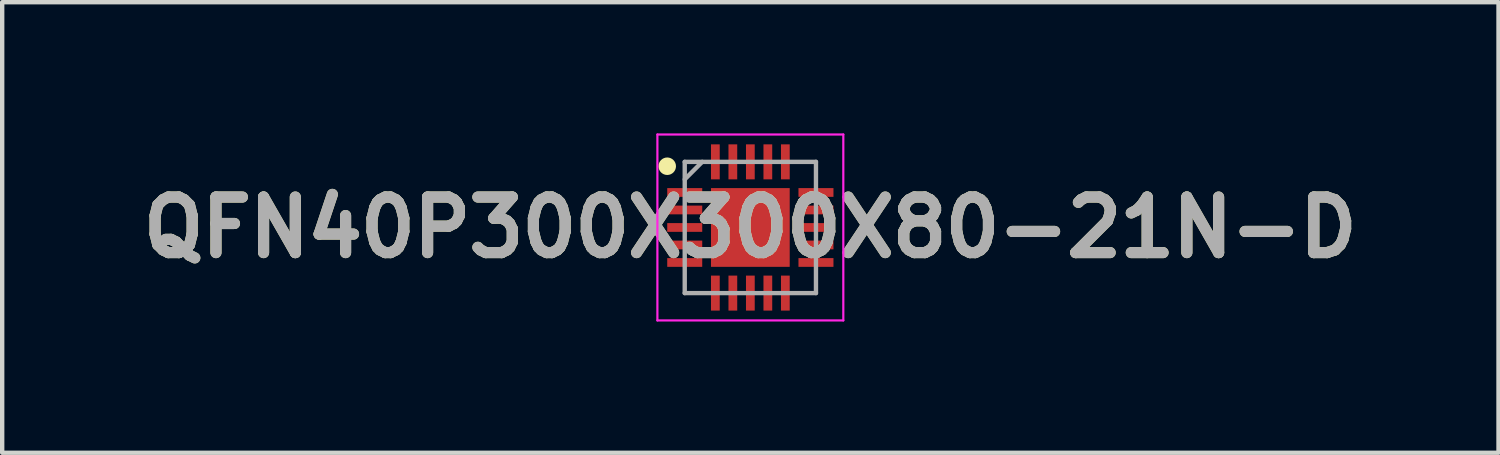
<source format=kicad_pcb>
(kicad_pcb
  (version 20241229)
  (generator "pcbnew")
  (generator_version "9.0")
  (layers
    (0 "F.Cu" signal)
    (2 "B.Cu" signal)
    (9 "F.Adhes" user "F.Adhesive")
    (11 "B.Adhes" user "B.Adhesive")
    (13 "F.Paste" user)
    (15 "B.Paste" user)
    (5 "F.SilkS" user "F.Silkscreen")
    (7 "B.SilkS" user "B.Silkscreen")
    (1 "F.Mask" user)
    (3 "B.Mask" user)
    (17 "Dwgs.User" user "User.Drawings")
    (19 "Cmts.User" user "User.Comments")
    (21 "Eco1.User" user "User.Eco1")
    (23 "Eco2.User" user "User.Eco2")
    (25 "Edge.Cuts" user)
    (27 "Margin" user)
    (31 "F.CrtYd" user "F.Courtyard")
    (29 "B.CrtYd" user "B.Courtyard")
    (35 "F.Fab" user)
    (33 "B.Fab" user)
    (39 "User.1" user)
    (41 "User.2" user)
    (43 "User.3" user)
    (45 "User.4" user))
  (footprint "QFN40P300X300X80-21N-D"
    (layer "F.Cu")
    (at 14.103 2.15)
    (property "Reference" "QFN40P300X300X80-21N-D" (at 0 0 0) (layer "F.SilkS") (effects (font (size 1.27 1.27) (thickness 0.254))))
    (attr smd)
    (fp_circle (center -1.9 -1.4) (end -1.9 -1.3) (stroke (width 0.2) (type solid)) (fill no) (layer "F.SilkS"))
    (fp_line (start -2.125 -2.125) (end 2.125 -2.125) (stroke (width 0.05) (type solid)) (layer "F.CrtYd"))
    (fp_line (start -2.125 2.125) (end -2.125 -2.125) (stroke (width 0.05) (type solid)) (layer "F.CrtYd"))
    (fp_line (start 2.125 -2.125) (end 2.125 2.125) (stroke (width 0.05) (type solid)) (layer "F.CrtYd"))
    (fp_line (start 2.125 2.125) (end -2.125 2.125) (stroke (width 0.05) (type solid)) (layer "F.CrtYd"))
    (fp_line (start -1.5 -1.5) (end 1.5 -1.5) (stroke (width 0.1) (type solid)) (layer "F.Fab"))
    (fp_line (start -1.5 -1.1) (end -1.1 -1.5) (stroke (width 0.1) (type solid)) (layer "F.Fab"))
    (fp_line (start -1.5 1.5) (end -1.5 -1.5) (stroke (width 0.1) (type solid)) (layer "F.Fab"))
    (fp_line (start 1.5 -1.5) (end 1.5 1.5) (stroke (width 0.1) (type solid)) (layer "F.Fab"))
    (fp_line (start 1.5 1.5) (end -1.5 1.5) (stroke (width 0.1) (type solid)) (layer "F.Fab"))
    (fp_text user "${REFERENCE}" (at 0 0 0) (layer "F.Fab") (effects (font (size 1.27 1.27) (thickness 0.254))))
    (pad "1" smd rect (at -1.5 -0.8 90) (size 0.2 0.8) (layers "F.Cu" "F.Mask" "F.Paste"))
    (pad "2" smd rect (at -1.5 -0.4 90) (size 0.2 0.8) (layers "F.Cu" "F.Mask" "F.Paste"))
    (pad "3" smd rect (at -1.5 0 90) (size 0.2 0.8) (layers "F.Cu" "F.Mask" "F.Paste"))
    (pad "4" smd rect (at -1.5 0.4 90) (size 0.2 0.8) (layers "F.Cu" "F.Mask" "F.Paste"))
    (pad "5" smd rect (at -1.5 0.8 90) (size 0.2 0.8) (layers "F.Cu" "F.Mask" "F.Paste"))
    (pad "6" smd rect (at -0.8 1.5) (size 0.2 0.8) (layers "F.Cu" "F.Mask" "F.Paste"))
    (pad "7" smd rect (at -0.4 1.5) (size 0.2 0.8) (layers "F.Cu" "F.Mask" "F.Paste"))
    (pad "8" smd rect (at 0 1.5) (size 0.2 0.8) (layers "F.Cu" "F.Mask" "F.Paste"))
    (pad "9" smd rect (at 0.4 1.5) (size 0.2 0.8) (layers "F.Cu" "F.Mask" "F.Paste"))
    (pad "10" smd rect (at 0.8 1.5) (size 0.2 0.8) (layers "F.Cu" "F.Mask" "F.Paste"))
    (pad "11" smd rect (at 1.5 0.8 90) (size 0.2 0.8) (layers "F.Cu" "F.Mask" "F.Paste"))
    (pad "12" smd rect (at 1.5 0.4 90) (size 0.2 0.8) (layers "F.Cu" "F.Mask" "F.Paste"))
    (pad "13" smd rect (at 1.5 0 90) (size 0.2 0.8) (layers "F.Cu" "F.Mask" "F.Paste"))
    (pad "14" smd rect (at 1.5 -0.4 90) (size 0.2 0.8) (layers "F.Cu" "F.Mask" "F.Paste"))
    (pad "15" smd rect (at 1.5 -0.8 90) (size 0.2 0.8) (layers "F.Cu" "F.Mask" "F.Paste"))
    (pad "16" smd rect (at 0.8 -1.5) (size 0.2 0.8) (layers "F.Cu" "F.Mask" "F.Paste"))
    (pad "17" smd rect (at 0.4 -1.5) (size 0.2 0.8) (layers "F.Cu" "F.Mask" "F.Paste"))
    (pad "18" smd rect (at 0 -1.5) (size 0.2 0.8) (layers "F.Cu" "F.Mask" "F.Paste"))
    (pad "19" smd rect (at -0.4 -1.5) (size 0.2 0.8) (layers "F.Cu" "F.Mask" "F.Paste"))
    (pad "20" smd rect (at -0.8 -1.5) (size 0.2 0.8) (layers "F.Cu" "F.Mask" "F.Paste"))
    (pad "21" smd rect (at 0 0) (size 1.8 1.8) (layers "F.Cu" "F.Mask" "F.Paste")))
  (gr_rect
    (start -3 -3)
    (end 31.206 7.3)
    (stroke (width 0.1) (type default))
    (fill no)
    (layer "Edge.Cuts")))
</source>
